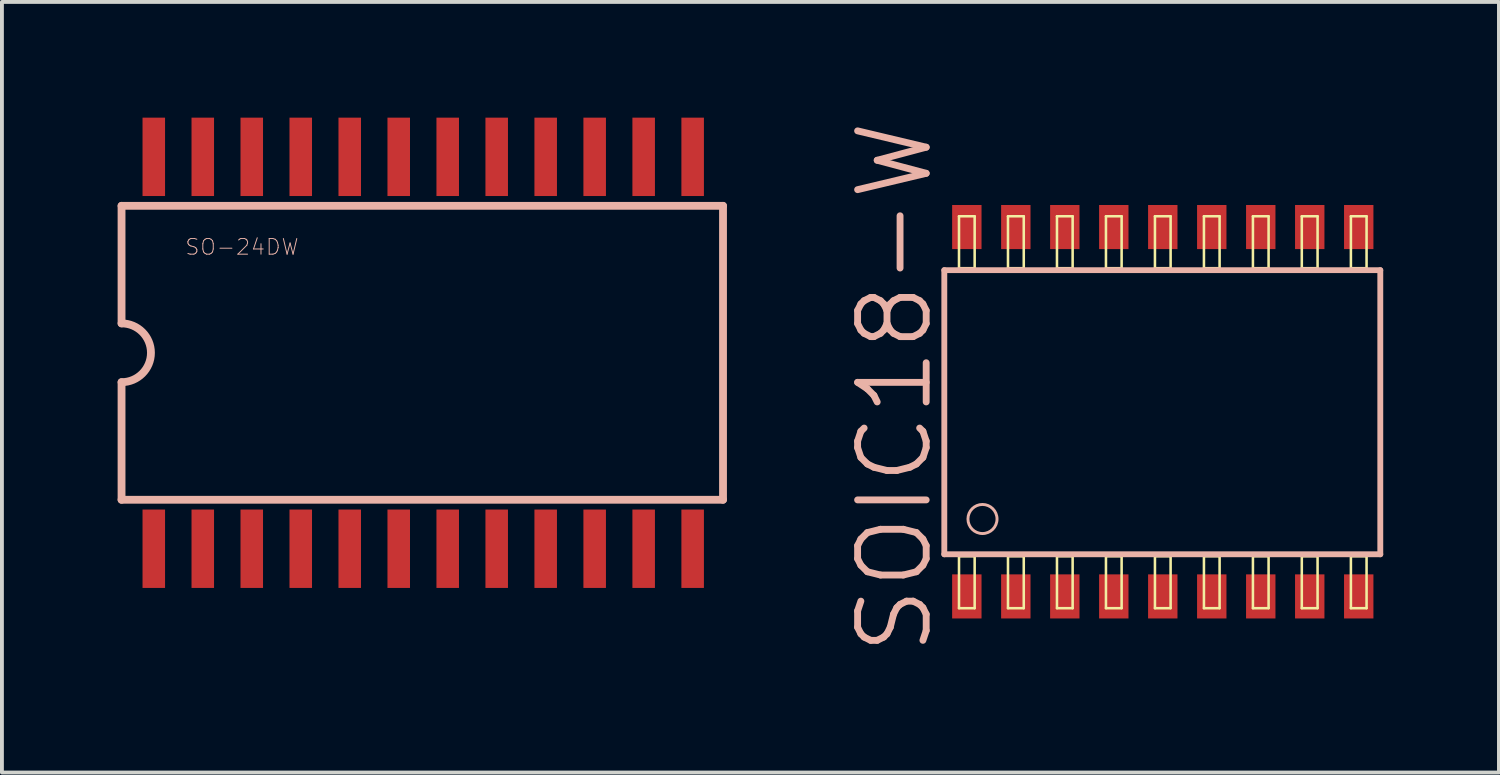
<source format=kicad_pcb>
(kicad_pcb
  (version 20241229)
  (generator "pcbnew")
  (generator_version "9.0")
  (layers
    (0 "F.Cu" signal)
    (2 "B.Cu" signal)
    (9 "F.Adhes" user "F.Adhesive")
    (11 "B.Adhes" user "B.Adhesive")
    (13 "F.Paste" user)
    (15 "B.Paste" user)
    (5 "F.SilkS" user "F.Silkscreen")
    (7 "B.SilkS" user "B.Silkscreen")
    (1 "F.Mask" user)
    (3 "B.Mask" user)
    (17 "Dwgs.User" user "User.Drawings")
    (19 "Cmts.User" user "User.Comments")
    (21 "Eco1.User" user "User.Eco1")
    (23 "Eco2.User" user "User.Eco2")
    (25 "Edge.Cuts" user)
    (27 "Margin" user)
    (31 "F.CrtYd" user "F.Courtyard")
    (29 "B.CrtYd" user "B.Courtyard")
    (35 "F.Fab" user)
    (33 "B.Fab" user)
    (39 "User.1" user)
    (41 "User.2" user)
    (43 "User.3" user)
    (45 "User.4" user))
  (footprint "SOIC18-W"
    (layer "F.Cu")
    (at 27.095 7.624)
    (property "Reference" "SOIC18-W" (at -6.947 -0.635 90) (layer "B.SilkS") (effects (font (size 1.778 1.778) (thickness 0.178))))
    (attr smd)
    (fp_line (start -5.283 -5.067) (end -4.877 -5.067) (stroke (width 0.066) (type solid)) (layer "F.SilkS"))
    (fp_line (start -5.283 -3.721) (end -5.283 -5.067) (stroke (width 0.066) (type solid)) (layer "F.SilkS"))
    (fp_line (start -5.283 -3.721) (end -4.877 -3.721) (stroke (width 0.066) (type solid)) (layer "F.SilkS"))
    (fp_line (start -5.283 3.747) (end -4.877 3.747) (stroke (width 0.066) (type solid)) (layer "F.SilkS"))
    (fp_line (start -5.283 5.093) (end -5.283 3.747) (stroke (width 0.066) (type solid)) (layer "F.SilkS"))
    (fp_line (start -5.283 5.093) (end -4.877 5.093) (stroke (width 0.066) (type solid)) (layer "F.SilkS"))
    (fp_line (start -4.877 -3.721) (end -4.877 -5.067) (stroke (width 0.066) (type solid)) (layer "F.SilkS"))
    (fp_line (start -4.877 5.093) (end -4.877 3.747) (stroke (width 0.066) (type solid)) (layer "F.SilkS"))
    (fp_line (start -4.013 -5.067) (end -3.604 -5.067) (stroke (width 0.066) (type solid)) (layer "F.SilkS"))
    (fp_line (start -4.013 -3.721) (end -4.013 -5.067) (stroke (width 0.066) (type solid)) (layer "F.SilkS"))
    (fp_line (start -4.013 -3.721) (end -3.604 -3.721) (stroke (width 0.066) (type solid)) (layer "F.SilkS"))
    (fp_line (start -4.013 3.747) (end -3.604 3.747) (stroke (width 0.066) (type solid)) (layer "F.SilkS"))
    (fp_line (start -4.013 5.093) (end -4.013 3.747) (stroke (width 0.066) (type solid)) (layer "F.SilkS"))
    (fp_line (start -4.013 5.093) (end -3.604 5.093) (stroke (width 0.066) (type solid)) (layer "F.SilkS"))
    (fp_line (start -3.604 -3.721) (end -3.604 -5.067) (stroke (width 0.066) (type solid)) (layer "F.SilkS"))
    (fp_line (start -3.604 5.093) (end -3.604 3.747) (stroke (width 0.066) (type solid)) (layer "F.SilkS"))
    (fp_line (start -2.743 -5.067) (end -2.337 -5.067) (stroke (width 0.066) (type solid)) (layer "F.SilkS"))
    (fp_line (start -2.743 -3.721) (end -2.743 -5.067) (stroke (width 0.066) (type solid)) (layer "F.SilkS"))
    (fp_line (start -2.743 -3.721) (end -2.337 -3.721) (stroke (width 0.066) (type solid)) (layer "F.SilkS"))
    (fp_line (start -2.743 3.747) (end -2.337 3.747) (stroke (width 0.066) (type solid)) (layer "F.SilkS"))
    (fp_line (start -2.743 5.093) (end -2.743 3.747) (stroke (width 0.066) (type solid)) (layer "F.SilkS"))
    (fp_line (start -2.743 5.093) (end -2.337 5.093) (stroke (width 0.066) (type solid)) (layer "F.SilkS"))
    (fp_line (start -2.337 -3.721) (end -2.337 -5.067) (stroke (width 0.066) (type solid)) (layer "F.SilkS"))
    (fp_line (start -2.337 5.093) (end -2.337 3.747) (stroke (width 0.066) (type solid)) (layer "F.SilkS"))
    (fp_line (start -1.473 -5.067) (end -1.067 -5.067) (stroke (width 0.066) (type solid)) (layer "F.SilkS"))
    (fp_line (start -1.473 -3.721) (end -1.473 -5.067) (stroke (width 0.066) (type solid)) (layer "F.SilkS"))
    (fp_line (start -1.473 -3.721) (end -1.067 -3.721) (stroke (width 0.066) (type solid)) (layer "F.SilkS"))
    (fp_line (start -1.473 3.747) (end -1.067 3.747) (stroke (width 0.066) (type solid)) (layer "F.SilkS"))
    (fp_line (start -1.473 5.093) (end -1.473 3.747) (stroke (width 0.066) (type solid)) (layer "F.SilkS"))
    (fp_line (start -1.473 5.093) (end -1.067 5.093) (stroke (width 0.066) (type solid)) (layer "F.SilkS"))
    (fp_line (start -1.067 -3.721) (end -1.067 -5.067) (stroke (width 0.066) (type solid)) (layer "F.SilkS"))
    (fp_line (start -1.067 5.093) (end -1.067 3.747) (stroke (width 0.066) (type solid)) (layer "F.SilkS"))
    (fp_line (start -0.203 -5.067) (end 0.203 -5.067) (stroke (width 0.066) (type solid)) (layer "F.SilkS"))
    (fp_line (start -0.203 -3.721) (end -0.203 -5.067) (stroke (width 0.066) (type solid)) (layer "F.SilkS"))
    (fp_line (start -0.203 -3.721) (end 0.203 -3.721) (stroke (width 0.066) (type solid)) (layer "F.SilkS"))
    (fp_line (start -0.203 3.747) (end 0.203 3.747) (stroke (width 0.066) (type solid)) (layer "F.SilkS"))
    (fp_line (start -0.203 5.093) (end -0.203 3.747) (stroke (width 0.066) (type solid)) (layer "F.SilkS"))
    (fp_line (start -0.203 5.093) (end 0.203 5.093) (stroke (width 0.066) (type solid)) (layer "F.SilkS"))
    (fp_line (start 0.203 -3.721) (end 0.203 -5.067) (stroke (width 0.066) (type solid)) (layer "F.SilkS"))
    (fp_line (start 0.203 5.093) (end 0.203 3.747) (stroke (width 0.066) (type solid)) (layer "F.SilkS"))
    (fp_line (start 1.067 -5.067) (end 1.473 -5.067) (stroke (width 0.066) (type solid)) (layer "F.SilkS"))
    (fp_line (start 1.067 -3.721) (end 1.067 -5.067) (stroke (width 0.066) (type solid)) (layer "F.SilkS"))
    (fp_line (start 1.067 -3.721) (end 1.473 -3.721) (stroke (width 0.066) (type solid)) (layer "F.SilkS"))
    (fp_line (start 1.067 3.747) (end 1.473 3.747) (stroke (width 0.066) (type solid)) (layer "F.SilkS"))
    (fp_line (start 1.067 5.093) (end 1.067 3.747) (stroke (width 0.066) (type solid)) (layer "F.SilkS"))
    (fp_line (start 1.067 5.093) (end 1.473 5.093) (stroke (width 0.066) (type solid)) (layer "F.SilkS"))
    (fp_line (start 1.473 -3.721) (end 1.473 -5.067) (stroke (width 0.066) (type solid)) (layer "F.SilkS"))
    (fp_line (start 1.473 5.093) (end 1.473 3.747) (stroke (width 0.066) (type solid)) (layer "F.SilkS"))
    (fp_line (start 2.337 -5.067) (end 2.743 -5.067) (stroke (width 0.066) (type solid)) (layer "F.SilkS"))
    (fp_line (start 2.337 -3.721) (end 2.337 -5.067) (stroke (width 0.066) (type solid)) (layer "F.SilkS"))
    (fp_line (start 2.337 -3.721) (end 2.743 -3.721) (stroke (width 0.066) (type solid)) (layer "F.SilkS"))
    (fp_line (start 2.337 3.747) (end 2.743 3.747) (stroke (width 0.066) (type solid)) (layer "F.SilkS"))
    (fp_line (start 2.337 5.093) (end 2.337 3.747) (stroke (width 0.066) (type solid)) (layer "F.SilkS"))
    (fp_line (start 2.337 5.093) (end 2.743 5.093) (stroke (width 0.066) (type solid)) (layer "F.SilkS"))
    (fp_line (start 2.743 -3.721) (end 2.743 -5.067) (stroke (width 0.066) (type solid)) (layer "F.SilkS"))
    (fp_line (start 2.743 5.093) (end 2.743 3.747) (stroke (width 0.066) (type solid)) (layer "F.SilkS"))
    (fp_line (start 3.604 -5.067) (end 4.013 -5.067) (stroke (width 0.066) (type solid)) (layer "F.SilkS"))
    (fp_line (start 3.604 -3.721) (end 3.604 -5.067) (stroke (width 0.066) (type solid)) (layer "F.SilkS"))
    (fp_line (start 3.604 -3.721) (end 4.013 -3.721) (stroke (width 0.066) (type solid)) (layer "F.SilkS"))
    (fp_line (start 3.604 3.747) (end 4.013 3.747) (stroke (width 0.066) (type solid)) (layer "F.SilkS"))
    (fp_line (start 3.604 5.093) (end 3.604 3.747) (stroke (width 0.066) (type solid)) (layer "F.SilkS"))
    (fp_line (start 3.604 5.093) (end 4.013 5.093) (stroke (width 0.066) (type solid)) (layer "F.SilkS"))
    (fp_line (start 4.013 -3.721) (end 4.013 -5.067) (stroke (width 0.066) (type solid)) (layer "F.SilkS"))
    (fp_line (start 4.013 5.093) (end 4.013 3.747) (stroke (width 0.066) (type solid)) (layer "F.SilkS"))
    (fp_line (start 4.877 -5.067) (end 5.283 -5.067) (stroke (width 0.066) (type solid)) (layer "F.SilkS"))
    (fp_line (start 4.877 -3.721) (end 4.877 -5.067) (stroke (width 0.066) (type solid)) (layer "F.SilkS"))
    (fp_line (start 4.877 -3.721) (end 5.283 -3.721) (stroke (width 0.066) (type solid)) (layer "F.SilkS"))
    (fp_line (start 4.877 3.747) (end 5.283 3.747) (stroke (width 0.066) (type solid)) (layer "F.SilkS"))
    (fp_line (start 4.877 5.093) (end 4.877 3.747) (stroke (width 0.066) (type solid)) (layer "F.SilkS"))
    (fp_line (start 4.877 5.093) (end 5.283 5.093) (stroke (width 0.066) (type solid)) (layer "F.SilkS"))
    (fp_line (start 5.283 -3.721) (end 5.283 -5.067) (stroke (width 0.066) (type solid)) (layer "F.SilkS"))
    (fp_line (start 5.283 5.093) (end 5.283 3.747) (stroke (width 0.066) (type solid)) (layer "F.SilkS"))
    (fp_line (start -5.664 -3.67) (end -5.664 3.696) (stroke (width 0.152) (type solid)) (layer "B.SilkS"))
    (fp_line (start -5.664 3.696) (end 5.639 3.696) (stroke (width 0.152) (type solid)) (layer "B.SilkS"))
    (fp_line (start 5.639 -3.67) (end -5.664 -3.67) (stroke (width 0.152) (type solid)) (layer "B.SilkS"))
    (fp_line (start 5.639 3.696) (end 5.639 -3.67) (stroke (width 0.152) (type solid)) (layer "B.SilkS"))
    (fp_circle (center -4.674 2.781) (end -4.94 3.048) (stroke (width 0.076) (type solid)) (fill no) (layer "B.SilkS"))
    (pad "1" smd rect (at -5.08 4.788) (size 0.762 1.143) (layers "F.Cu" "F.Mask" "F.Paste"))
    (pad "2" smd rect (at -3.81 4.788) (size 0.762 1.143) (layers "F.Cu" "F.Mask" "F.Paste"))
    (pad "3" smd rect (at -2.54 4.788) (size 0.762 1.143) (layers "F.Cu" "F.Mask" "F.Paste"))
    (pad "4" smd rect (at -1.27 4.788) (size 0.762 1.143) (layers "F.Cu" "F.Mask" "F.Paste"))
    (pad "5" smd rect (at 0 4.788) (size 0.762 1.143) (layers "F.Cu" "F.Mask" "F.Paste"))
    (pad "6" smd rect (at 1.27 4.788) (size 0.762 1.143) (layers "F.Cu" "F.Mask" "F.Paste"))
    (pad "7" smd rect (at 2.54 4.788) (size 0.762 1.143) (layers "F.Cu" "F.Mask" "F.Paste"))
    (pad "8" smd rect (at 3.81 4.788) (size 0.762 1.143) (layers "F.Cu" "F.Mask" "F.Paste"))
    (pad "9" smd rect (at 5.08 4.788) (size 0.762 1.143) (layers "F.Cu" "F.Mask" "F.Paste"))
    (pad "10" smd rect (at 5.08 -4.788) (size 0.762 1.143) (layers "F.Cu" "F.Mask" "F.Paste"))
    (pad "11" smd rect (at 3.81 -4.788) (size 0.762 1.143) (layers "F.Cu" "F.Mask" "F.Paste"))
    (pad "12" smd rect (at 2.54 -4.788) (size 0.762 1.143) (layers "F.Cu" "F.Mask" "F.Paste"))
    (pad "13" smd rect (at 1.27 -4.788) (size 0.762 1.143) (layers "F.Cu" "F.Mask" "F.Paste"))
    (pad "14" smd rect (at 0 -4.788) (size 0.762 1.143) (layers "F.Cu" "F.Mask" "F.Paste"))
    (pad "15" smd rect (at -1.27 -4.788) (size 0.762 1.143) (layers "F.Cu" "F.Mask" "F.Paste"))
    (pad "16" smd rect (at -2.54 -4.788) (size 0.762 1.143) (layers "F.Cu" "F.Mask" "F.Paste"))
    (pad "17" smd rect (at -3.81 -4.788) (size 0.762 1.143) (layers "F.Cu" "F.Mask" "F.Paste"))
    (pad "18" smd rect (at -5.08 -4.788) (size 0.762 1.143) (layers "F.Cu" "F.Mask" "F.Paste")))
  (footprint "SO-24DW"
    (layer "F.Cu")
    (at 7.287 6.096)
    (property "Reference" "SO-24DW" (at -4.064 -2.743 0) (layer "B.SilkS") (effects (font (size 0.406 0.406) (thickness 0.025))))
    (attr smd)
    (fp_line (start -7.186 -3.81) (end -7.186 -0.762) (stroke (width 0.203) (type solid)) (layer "B.SilkS"))
    (fp_line (start -7.186 3.81) (end -7.186 0.762) (stroke (width 0.203) (type solid)) (layer "B.SilkS"))
    (fp_line (start 8.407 -3.81) (end -7.186 -3.81) (stroke (width 0.203) (type solid)) (layer "B.SilkS"))
    (fp_line (start 8.407 3.81) (end -7.186 3.81) (stroke (width 0.203) (type solid)) (layer "B.SilkS"))
    (fp_line (start 8.407 3.81) (end 8.407 -3.81) (stroke (width 0.203) (type solid)) (layer "B.SilkS"))
    (fp_arc (start -7.18566 -0.762) (mid -6.42366 0) (end -7.18566 0.762) (stroke (width 0.2032) (type solid)) (layer "B.SilkS"))
    (pad "1" smd rect (at -6.35 5.08 90) (size 2.032 0.584) (layers "F.Cu" "F.Mask" "F.Paste"))
    (pad "2" smd rect (at -5.08 5.08 90) (size 2.032 0.584) (layers "F.Cu" "F.Mask" "F.Paste"))
    (pad "3" smd rect (at -3.81 5.08 90) (size 2.032 0.584) (layers "F.Cu" "F.Mask" "F.Paste"))
    (pad "4" smd rect (at -2.54 5.08 90) (size 2.032 0.584) (layers "F.Cu" "F.Mask" "F.Paste"))
    (pad "5" smd rect (at -1.27 5.08 90) (size 2.032 0.584) (layers "F.Cu" "F.Mask" "F.Paste"))
    (pad "6" smd rect (at 0 5.08 90) (size 2.032 0.584) (layers "F.Cu" "F.Mask" "F.Paste"))
    (pad "7" smd rect (at 1.27 5.08 90) (size 2.032 0.584) (layers "F.Cu" "F.Mask" "F.Paste"))
    (pad "8" smd rect (at 2.54 5.08 90) (size 2.032 0.584) (layers "F.Cu" "F.Mask" "F.Paste"))
    (pad "9" smd rect (at 3.81 5.08 90) (size 2.032 0.584) (layers "F.Cu" "F.Mask" "F.Paste"))
    (pad "10" smd rect (at 5.08 5.08 90) (size 2.032 0.584) (layers "F.Cu" "F.Mask" "F.Paste"))
    (pad "11" smd rect (at 6.35 5.08 90) (size 2.032 0.584) (layers "F.Cu" "F.Mask" "F.Paste"))
    (pad "12" smd rect (at 7.62 5.08 90) (size 2.032 0.584) (layers "F.Cu" "F.Mask" "F.Paste"))
    (pad "13" smd rect (at 7.62 -5.08 90) (size 2.032 0.584) (layers "F.Cu" "F.Mask" "F.Paste"))
    (pad "14" smd rect (at 6.35 -5.08 90) (size 2.032 0.584) (layers "F.Cu" "F.Mask" "F.Paste"))
    (pad "15" smd rect (at 5.08 -5.08 90) (size 2.032 0.584) (layers "F.Cu" "F.Mask" "F.Paste"))
    (pad "16" smd rect (at 3.81 -5.08 90) (size 2.032 0.584) (layers "F.Cu" "F.Mask" "F.Paste"))
    (pad "17" smd rect (at 2.54 -5.08 90) (size 2.032 0.584) (layers "F.Cu" "F.Mask" "F.Paste"))
    (pad "18" smd rect (at 1.27 -5.08 90) (size 2.032 0.584) (layers "F.Cu" "F.Mask" "F.Paste"))
    (pad "19" smd rect (at 0 -5.08 90) (size 2.032 0.584) (layers "F.Cu" "F.Mask" "F.Paste"))
    (pad "20" smd rect (at -1.27 -5.08 90) (size 2.032 0.584) (layers "F.Cu" "F.Mask" "F.Paste"))
    (pad "21" smd rect (at -2.54 -5.08 90) (size 2.032 0.584) (layers "F.Cu" "F.Mask" "F.Paste"))
    (pad "22" smd rect (at -3.81 -5.08 90) (size 2.032 0.584) (layers "F.Cu" "F.Mask" "F.Paste"))
    (pad "23" smd rect (at -5.08 -5.08 90) (size 2.032 0.584) (layers "F.Cu" "F.Mask" "F.Paste"))
    (pad "24" smd rect (at -6.35 -5.08 90) (size 2.032 0.584) (layers "F.Cu" "F.Mask" "F.Paste")))
  (gr_rect
    (start -3 -3)
    (end 35.81 16.978)
    (stroke (width 0.1) (type default))
    (fill no)
    (layer "Edge.Cuts")))
</source>
